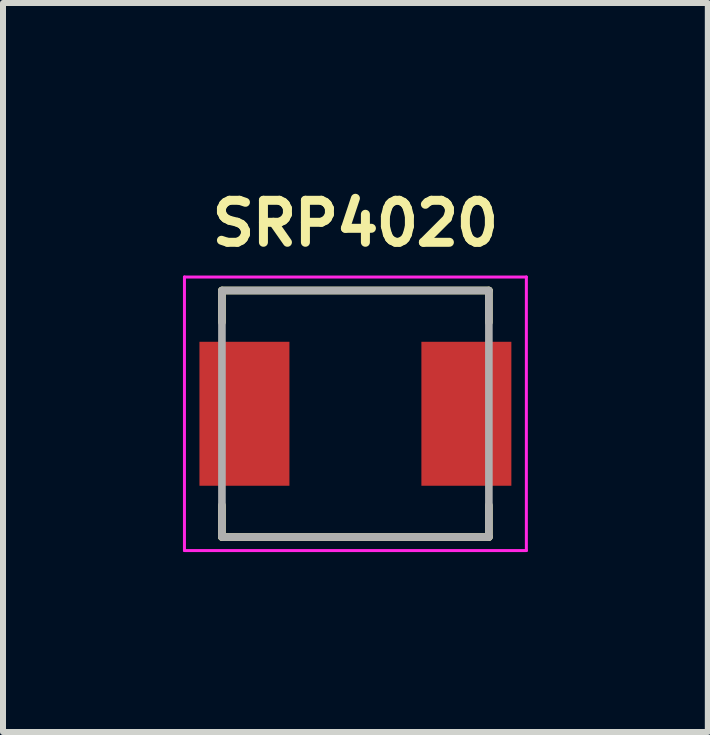
<source format=kicad_pcb>
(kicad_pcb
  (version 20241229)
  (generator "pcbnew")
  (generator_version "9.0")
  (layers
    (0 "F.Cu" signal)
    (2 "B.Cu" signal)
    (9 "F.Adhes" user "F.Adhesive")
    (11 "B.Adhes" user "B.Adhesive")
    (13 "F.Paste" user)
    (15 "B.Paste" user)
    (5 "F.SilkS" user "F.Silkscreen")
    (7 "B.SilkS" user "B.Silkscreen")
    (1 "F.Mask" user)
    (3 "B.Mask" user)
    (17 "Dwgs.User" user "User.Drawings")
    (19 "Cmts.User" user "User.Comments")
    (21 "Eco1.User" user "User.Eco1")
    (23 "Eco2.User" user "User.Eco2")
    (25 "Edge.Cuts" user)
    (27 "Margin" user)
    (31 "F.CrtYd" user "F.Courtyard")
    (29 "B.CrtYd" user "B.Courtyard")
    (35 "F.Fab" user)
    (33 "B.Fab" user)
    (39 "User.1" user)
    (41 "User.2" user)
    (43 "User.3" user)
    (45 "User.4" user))
  (footprint "SRP4020"
    (layer "F.Cu")
    (at 2.875 3.848)
    (property "Reference" "SRP4020" (at 0 -3.175 0) (layer "F.SilkS") (effects (font (size 0.7 0.7) (thickness 0.15))))
    (attr smd)
    (fp_line (start -2.225 -2.055) (end 2.225 -2.055) (stroke (width 0.127) (type solid)) (layer "F.SilkS"))
    (fp_line (start -2.225 -1.525) (end -2.225 -2.055) (stroke (width 0.127) (type solid)) (layer "F.SilkS"))
    (fp_line (start -2.225 2.055) (end -2.225 1.525) (stroke (width 0.127) (type solid)) (layer "F.SilkS"))
    (fp_line (start -2.225 2.055) (end 2.225 2.055) (stroke (width 0.127) (type solid)) (layer "F.SilkS"))
    (fp_line (start 2.225 -2.055) (end 2.225 -1.525) (stroke (width 0.127) (type solid)) (layer "F.SilkS"))
    (fp_line (start 2.225 2.055) (end 2.225 1.525) (stroke (width 0.127) (type solid)) (layer "F.SilkS"))
    (fp_line (start -2.85 -2.28) (end 2.85 -2.28) (stroke (width 0.05) (type solid)) (layer "F.CrtYd"))
    (fp_line (start -2.85 2.28) (end -2.85 -2.28) (stroke (width 0.05) (type solid)) (layer "F.CrtYd"))
    (fp_line (start 2.85 -2.28) (end 2.85 2.28) (stroke (width 0.05) (type solid)) (layer "F.CrtYd"))
    (fp_line (start 2.85 2.28) (end -2.85 2.28) (stroke (width 0.05) (type solid)) (layer "F.CrtYd"))
    (fp_line (start -2.225 -2.055) (end 2.225 -2.055) (stroke (width 0.127) (type solid)) (layer "F.Fab"))
    (fp_line (start -2.225 2.03) (end -2.225 -2.03) (stroke (width 0.127) (type solid)) (layer "F.Fab"))
    (fp_line (start 2.225 -2.03) (end 2.225 2.03) (stroke (width 0.127) (type solid)) (layer "F.Fab"))
    (fp_line (start 2.225 2.055) (end -2.225 2.055) (stroke (width 0.127) (type solid)) (layer "F.Fab"))
    (pad "1" smd rect (at -1.85 0) (size 1.5 2.4) (layers "F.Cu" "F.Mask" "F.Paste"))
    (pad "2" smd rect (at 1.85 0) (size 1.5 2.4) (layers "F.Cu" "F.Mask" "F.Paste")))
  (gr_rect
    (start -3 -3)
    (end 8.75 9.153)
    (stroke (width 0.1) (type default))
    (fill no)
    (layer "Edge.Cuts")))
</source>
